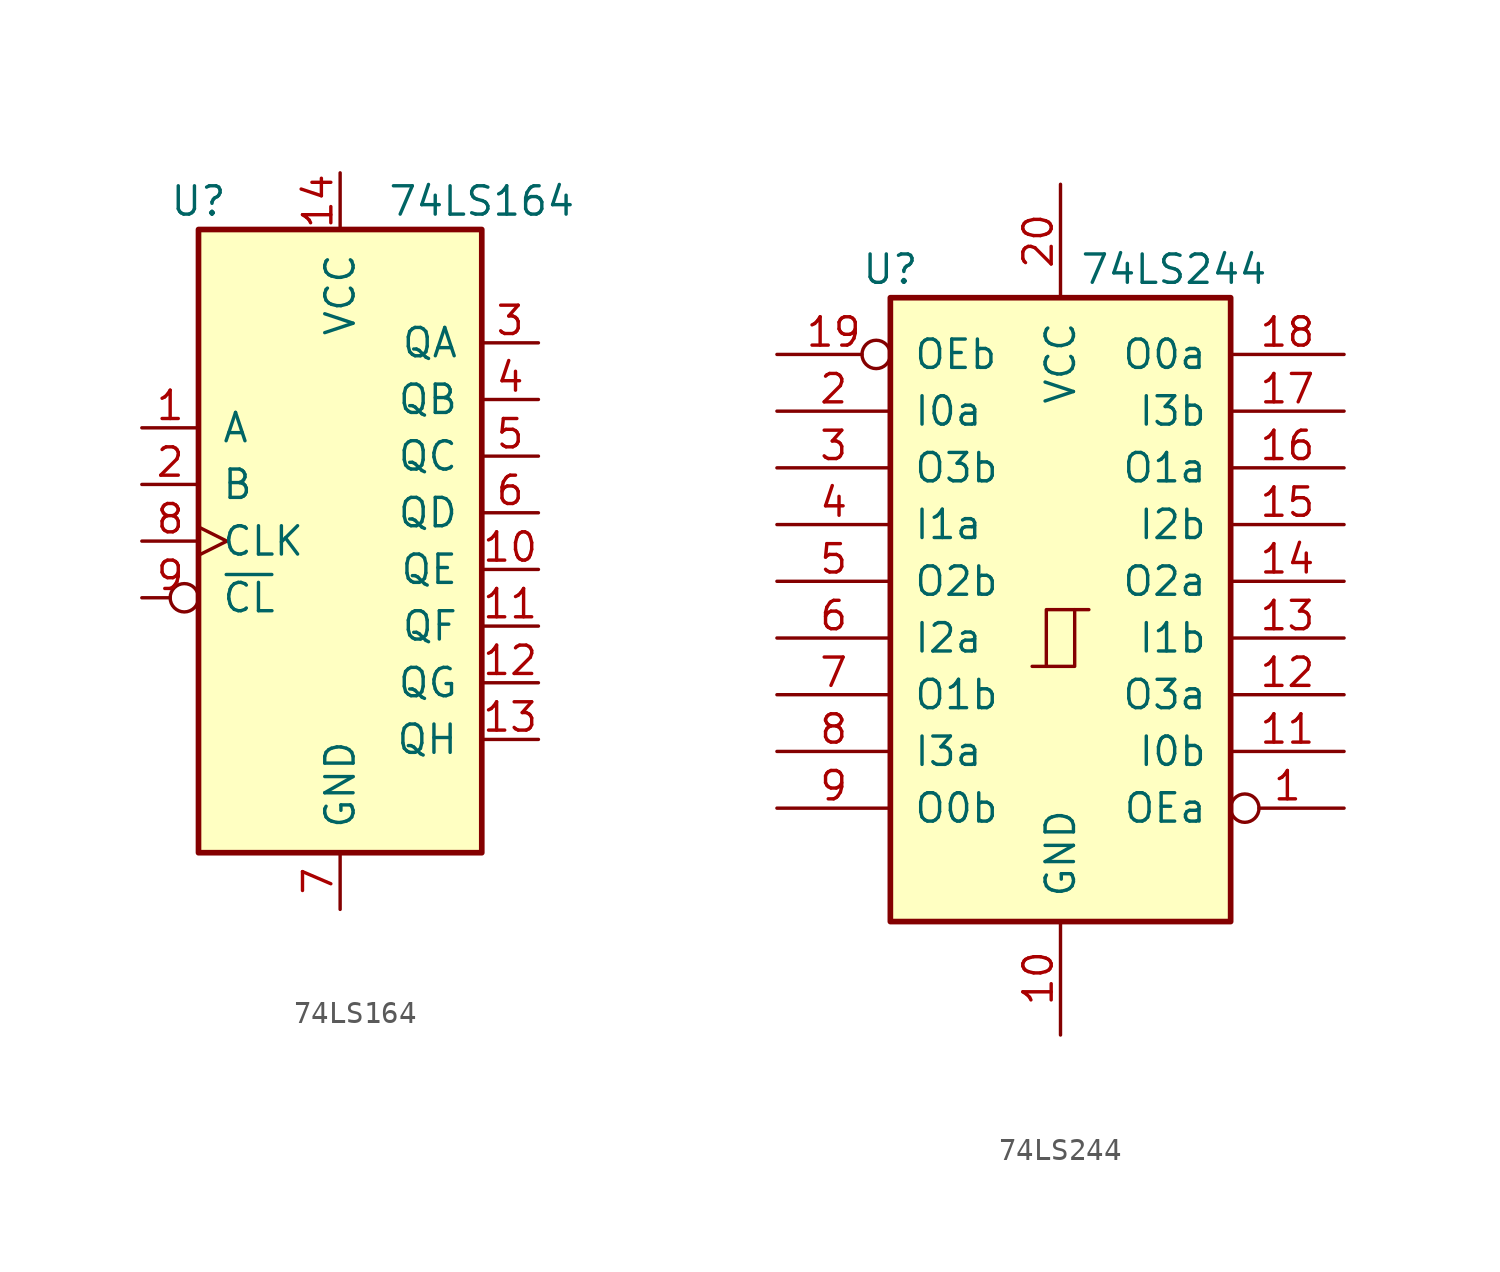
<source format=kicad_sym>
(kicad_symbol_lib
  (version 20220914)
  (generator kicad_symbol_editor)
  (symbol "74LS164"
    (pin_names
      (offset 1.016))
    (property "Reference" "U"
      (at -6.35 13.97 0)
      (effects (font (size 1.27 1.27))))
    (property "Value" "74LS164"
      (at 6.35 13.97 0)
      (effects (font (size 1.27 1.27))))
    (symbol "74LS164_1_0"
      (pin input line (at -8.89 3.81 0) (length 2.54) (name "A" (effects (font (size 1.27 1.27)))) (number "1" (effects (font (size 1.27 1.27)))))
      (pin output line (at 8.89 -2.54 180) (length 2.54) (name "QE" (effects (font (size 1.27 1.27)))) (number "10" (effects (font (size 1.27 1.27)))))
      (pin output line (at 8.89 -5.08 180) (length 2.54) (name "QF" (effects (font (size 1.27 1.27)))) (number "11" (effects (font (size 1.27 1.27)))))
      (pin output line (at 8.89 -7.62 180) (length 2.54) (name "QG" (effects (font (size 1.27 1.27)))) (number "12" (effects (font (size 1.27 1.27)))))
      (pin output line (at 8.89 -10.16 180) (length 2.54) (name "QH" (effects (font (size 1.27 1.27)))) (number "13" (effects (font (size 1.27 1.27)))))
      (pin power_in line (at 0 15.24 270) (length 2.54) (name "VCC" (effects (font (size 1.27 1.27)))) (number "14" (effects (font (size 1.27 1.27)))))
      (pin input line (at -8.89 1.27 0) (length 2.54) (name "B" (effects (font (size 1.27 1.27)))) (number "2" (effects (font (size 1.27 1.27)))))
      (pin output line (at 8.89 7.62 180) (length 2.54) (name "QA" (effects (font (size 1.27 1.27)))) (number "3" (effects (font (size 1.27 1.27)))))
      (pin output line (at 8.89 5.08 180) (length 2.54) (name "QB" (effects (font (size 1.27 1.27)))) (number "4" (effects (font (size 1.27 1.27)))))
      (pin output line (at 8.89 2.54 180) (length 2.54) (name "QC" (effects (font (size 1.27 1.27)))) (number "5" (effects (font (size 1.27 1.27)))))
      (pin output line (at 8.89 0 180) (length 2.54) (name "QD" (effects (font (size 1.27 1.27)))) (number "6" (effects (font (size 1.27 1.27)))))
      (pin power_in line (at 0 -17.78 90) (length 2.54) (name "GND" (effects (font (size 1.27 1.27)))) (number "7" (effects (font (size 1.27 1.27)))))
      (pin input clock (at -8.89 -1.27 0) (length 2.54) (name "CLK" (effects (font (size 1.27 1.27)))) (number "8" (effects (font (size 1.27 1.27)))))
      (pin input inverted (at -8.89 -3.81 0) (length 2.54) (name "~{CL}" (effects (font (size 1.27 1.27)))) (number "9" (effects (font (size 1.27 1.27))))))
    (symbol "74LS164_1_1"
      (rectangle (start -6.35 12.7) (end 6.35 -15.24) (stroke (width 0.254) (type default)) (fill (type background)))))
  (symbol "74LS244"
    (pin_names
      (offset 1.016))
    (property "Reference" "U"
      (at -7.62 16.51 0)
      (effects (font (size 1.27 1.27))))
    (property "Value" "74LS244"
      (at 5.08 16.51 0)
      (effects (font (size 1.27 1.27))))
    (symbol "74LS244_1_0"
      (polyline (pts (xy -0.635 -1.27) (xy -0.635 1.27) (xy 0.635 1.27)) (stroke (width 0) (type default)) (fill (type none)))
      (polyline (pts (xy -1.27 -1.27) (xy 0.635 -1.27) (xy 0.635 1.27) (xy 1.27 1.27)) (stroke (width 0) (type default)) (fill (type none)))
      (pin input inverted (at 12.7 -7.62 180) (length 5.08) (name "OEa" (effects (font (size 1.27 1.27)))) (number "1" (effects (font (size 1.27 1.27)))))
      (pin power_in line (at 0 -17.78 90) (length 5.08) (name "GND" (effects (font (size 1.27 1.27)))) (number "10" (effects (font (size 1.27 1.27)))))
      (pin input line (at 12.7 -5.08 180) (length 5.08) (name "I0b" (effects (font (size 1.27 1.27)))) (number "11" (effects (font (size 1.27 1.27)))))
      (pin tri_state line (at 12.7 -2.54 180) (length 5.08) (name "O3a" (effects (font (size 1.27 1.27)))) (number "12" (effects (font (size 1.27 1.27)))))
      (pin input line (at 12.7 0 180) (length 5.08) (name "I1b" (effects (font (size 1.27 1.27)))) (number "13" (effects (font (size 1.27 1.27)))))
      (pin tri_state line (at 12.7 2.54 180) (length 5.08) (name "O2a" (effects (font (size 1.27 1.27)))) (number "14" (effects (font (size 1.27 1.27)))))
      (pin input line (at 12.7 5.08 180) (length 5.08) (name "I2b" (effects (font (size 1.27 1.27)))) (number "15" (effects (font (size 1.27 1.27)))))
      (pin tri_state line (at 12.7 7.62 180) (length 5.08) (name "O1a" (effects (font (size 1.27 1.27)))) (number "16" (effects (font (size 1.27 1.27)))))
      (pin input line (at 12.7 10.16 180) (length 5.08) (name "I3b" (effects (font (size 1.27 1.27)))) (number "17" (effects (font (size 1.27 1.27)))))
      (pin tri_state line (at 12.7 12.7 180) (length 5.08) (name "O0a" (effects (font (size 1.27 1.27)))) (number "18" (effects (font (size 1.27 1.27)))))
      (pin input inverted (at -12.7 12.7 0) (length 5.08) (name "OEb" (effects (font (size 1.27 1.27)))) (number "19" (effects (font (size 1.27 1.27)))))
      (pin input line (at -12.7 10.16 0) (length 5.08) (name "I0a" (effects (font (size 1.27 1.27)))) (number "2" (effects (font (size 1.27 1.27)))))
      (pin power_in line (at 0 20.32 270) (length 5.08) (name "VCC" (effects (font (size 1.27 1.27)))) (number "20" (effects (font (size 1.27 1.27)))))
      (pin tri_state line (at -12.7 7.62 0) (length 5.08) (name "O3b" (effects (font (size 1.27 1.27)))) (number "3" (effects (font (size 1.27 1.27)))))
      (pin input line (at -12.7 5.08 0) (length 5.08) (name "I1a" (effects (font (size 1.27 1.27)))) (number "4" (effects (font (size 1.27 1.27)))))
      (pin tri_state line (at -12.7 2.54 0) (length 5.08) (name "O2b" (effects (font (size 1.27 1.27)))) (number "5" (effects (font (size 1.27 1.27)))))
      (pin input line (at -12.7 0 0) (length 5.08) (name "I2a" (effects (font (size 1.27 1.27)))) (number "6" (effects (font (size 1.27 1.27)))))
      (pin tri_state line (at -12.7 -2.54 0) (length 5.08) (name "O1b" (effects (font (size 1.27 1.27)))) (number "7" (effects (font (size 1.27 1.27)))))
      (pin input line (at -12.7 -5.08 0) (length 5.08) (name "I3a" (effects (font (size 1.27 1.27)))) (number "8" (effects (font (size 1.27 1.27)))))
      (pin tri_state line (at -12.7 -7.62 0) (length 5.08) (name "O0b" (effects (font (size 1.27 1.27)))) (number "9" (effects (font (size 1.27 1.27))))))
    (symbol "74LS244_1_1"
      (rectangle (start -7.62 15.24) (end 7.62 -12.7) (stroke (width 0.254) (type default)) (fill (type background))))))
</source>
